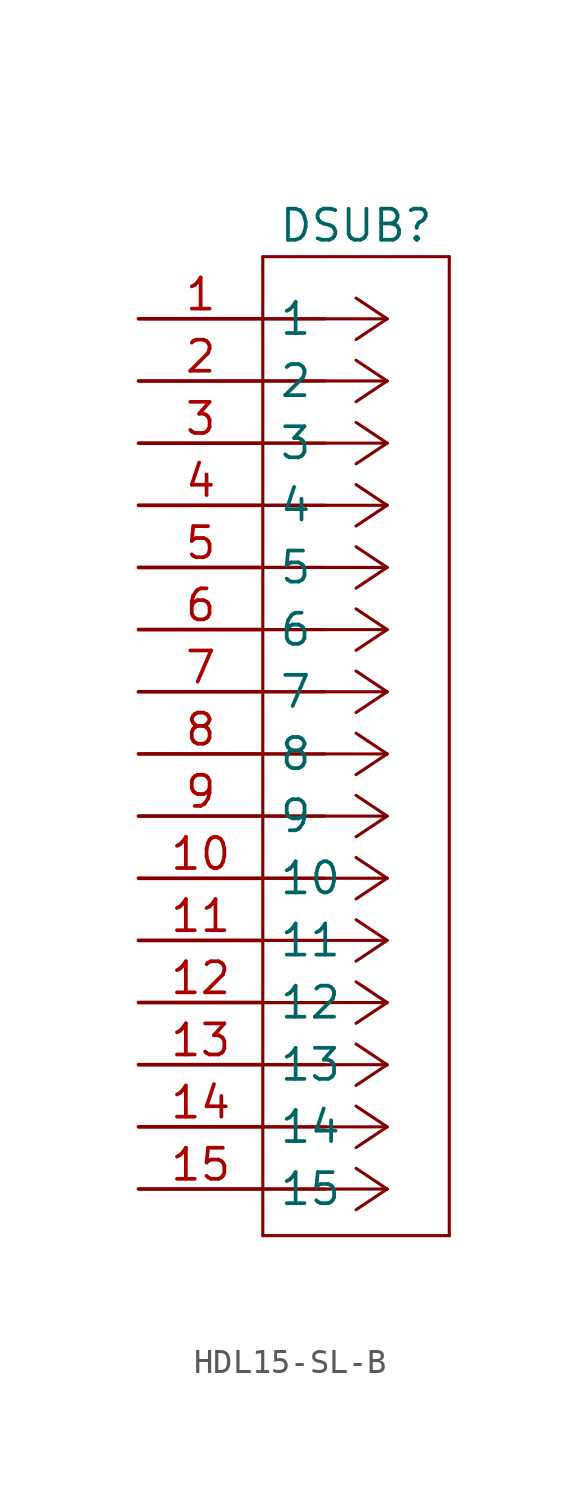
<source format=kicad_sym>
(kicad_symbol_lib
  (version 20241209)
  (generator "kicad_symbol_editor")
  (generator_version "9.0")
  (symbol "HDL15-SL-B"
    (pin_names
      (offset 0.635))
    (property "Reference" "DSUB"
      (at -1.27 7.62 0)
      (effects (font (size 1.27 1.27))))
    (property "Value" ""
      (at 0 0 0)
      (effects (font (size 1.27 1.27))))
    (symbol "HDL15-SL-B_1_1"
      (polyline (pts (xy -5.08 6.35) (xy -5.08 -33.655)) (stroke (width 0.127) (type default)) (fill (type none)))
      (polyline (pts (xy -5.08 -33.655) (xy 2.54 -33.655)) (stroke (width 0.127) (type default)) (fill (type none)))
      (polyline (pts (xy -2.54 3.81) (xy -5.08 3.81)) (stroke (width 0.127) (type default)) (fill (type none)))
      (polyline (pts (xy -2.54 1.27) (xy -5.08 1.27)) (stroke (width 0.127) (type default)) (fill (type none)))
      (polyline (pts (xy -2.54 -1.27) (xy -5.08 -1.27)) (stroke (width 0.127) (type default)) (fill (type none)))
      (polyline (pts (xy -2.54 -3.81) (xy -5.08 -3.81)) (stroke (width 0.127) (type default)) (fill (type none)))
      (polyline (pts (xy -2.54 -6.35) (xy -5.08 -6.35)) (stroke (width 0.127) (type default)) (fill (type none)))
      (polyline (pts (xy -2.54 -8.89) (xy -5.08 -8.89)) (stroke (width 0.127) (type default)) (fill (type none)))
      (polyline (pts (xy -2.54 -11.43) (xy -5.08 -11.43)) (stroke (width 0.127) (type default)) (fill (type none)))
      (polyline (pts (xy -2.54 -13.97) (xy -5.08 -13.97)) (stroke (width 0.127) (type default)) (fill (type none)))
      (polyline (pts (xy -2.54 -16.51) (xy -5.08 -16.51)) (stroke (width 0.127) (type default)) (fill (type none)))
      (polyline (pts (xy -2.54 -19.05) (xy -5.08 -19.05)) (stroke (width 0.127) (type default)) (fill (type none)))
      (polyline (pts (xy -2.54 -21.59) (xy -5.08 -21.59)) (stroke (width 0.127) (type default)) (fill (type none)))
      (polyline (pts (xy -2.54 -24.13) (xy -5.08 -24.13)) (stroke (width 0.127) (type default)) (fill (type none)))
      (polyline (pts (xy -2.54 -26.67) (xy -5.08 -26.67)) (stroke (width 0.127) (type default)) (fill (type none)))
      (polyline (pts (xy -2.54 -29.21) (xy -5.08 -29.21)) (stroke (width 0.127) (type default)) (fill (type none)))
      (polyline (pts (xy -2.54 -31.75) (xy -5.08 -31.75)) (stroke (width 0.127) (type default)) (fill (type none)))
      (polyline (pts (xy 0 3.81) (xy -5.08 3.81)) (stroke (width 0.127) (type default)) (fill (type none)))
      (polyline (pts (xy 0 3.81) (xy -1.27 4.657)) (stroke (width 0.127) (type default)) (fill (type none)))
      (polyline (pts (xy 0 3.81) (xy -1.27 2.963)) (stroke (width 0.127) (type default)) (fill (type none)))
      (polyline (pts (xy 0 1.27) (xy -5.08 1.27)) (stroke (width 0.127) (type default)) (fill (type none)))
      (polyline (pts (xy 0 1.27) (xy -1.27 2.117)) (stroke (width 0.127) (type default)) (fill (type none)))
      (polyline (pts (xy 0 1.27) (xy -1.27 0.423)) (stroke (width 0.127) (type default)) (fill (type none)))
      (polyline (pts (xy 0 -1.27) (xy -5.08 -1.27)) (stroke (width 0.127) (type default)) (fill (type none)))
      (polyline (pts (xy 0 -1.27) (xy -1.27 -0.423)) (stroke (width 0.127) (type default)) (fill (type none)))
      (polyline (pts (xy 0 -1.27) (xy -1.27 -2.117)) (stroke (width 0.127) (type default)) (fill (type none)))
      (polyline (pts (xy 0 -3.81) (xy -5.08 -3.81)) (stroke (width 0.127) (type default)) (fill (type none)))
      (polyline (pts (xy 0 -3.81) (xy -1.27 -2.963)) (stroke (width 0.127) (type default)) (fill (type none)))
      (polyline (pts (xy 0 -3.81) (xy -1.27 -4.657)) (stroke (width 0.127) (type default)) (fill (type none)))
      (polyline (pts (xy 0 -6.35) (xy -5.08 -6.35)) (stroke (width 0.127) (type default)) (fill (type none)))
      (polyline (pts (xy 0 -6.35) (xy -1.27 -5.503)) (stroke (width 0.127) (type default)) (fill (type none)))
      (polyline (pts (xy 0 -6.35) (xy -1.27 -7.197)) (stroke (width 0.127) (type default)) (fill (type none)))
      (polyline (pts (xy 0 -8.89) (xy -5.08 -8.89)) (stroke (width 0.127) (type default)) (fill (type none)))
      (polyline (pts (xy 0 -8.89) (xy -1.27 -8.043)) (stroke (width 0.127) (type default)) (fill (type none)))
      (polyline (pts (xy 0 -8.89) (xy -1.27 -9.737)) (stroke (width 0.127) (type default)) (fill (type none)))
      (polyline (pts (xy 0 -11.43) (xy -5.08 -11.43)) (stroke (width 0.127) (type default)) (fill (type none)))
      (polyline (pts (xy 0 -11.43) (xy -1.27 -10.583)) (stroke (width 0.127) (type default)) (fill (type none)))
      (polyline (pts (xy 0 -11.43) (xy -1.27 -12.277)) (stroke (width 0.127) (type default)) (fill (type none)))
      (polyline (pts (xy 0 -13.97) (xy -5.08 -13.97)) (stroke (width 0.127) (type default)) (fill (type none)))
      (polyline (pts (xy 0 -13.97) (xy -1.27 -13.123)) (stroke (width 0.127) (type default)) (fill (type none)))
      (polyline (pts (xy 0 -13.97) (xy -1.27 -14.817)) (stroke (width 0.127) (type default)) (fill (type none)))
      (polyline (pts (xy 0 -16.51) (xy -5.08 -16.51)) (stroke (width 0.127) (type default)) (fill (type none)))
      (polyline (pts (xy 0 -16.51) (xy -1.27 -15.663)) (stroke (width 0.127) (type default)) (fill (type none)))
      (polyline (pts (xy 0 -16.51) (xy -1.27 -17.357)) (stroke (width 0.127) (type default)) (fill (type none)))
      (polyline (pts (xy 0 -19.05) (xy -5.08 -19.05)) (stroke (width 0.127) (type default)) (fill (type none)))
      (polyline (pts (xy 0 -19.05) (xy -1.27 -18.203)) (stroke (width 0.127) (type default)) (fill (type none)))
      (polyline (pts (xy 0 -19.05) (xy -1.27 -19.897)) (stroke (width 0.127) (type default)) (fill (type none)))
      (polyline (pts (xy 0 -21.59) (xy -5.08 -21.59)) (stroke (width 0.127) (type default)) (fill (type none)))
      (polyline (pts (xy 0 -21.59) (xy -1.27 -20.743)) (stroke (width 0.127) (type default)) (fill (type none)))
      (polyline (pts (xy 0 -21.59) (xy -1.27 -22.437)) (stroke (width 0.127) (type default)) (fill (type none)))
      (polyline (pts (xy 0 -24.13) (xy -5.08 -24.13)) (stroke (width 0.127) (type default)) (fill (type none)))
      (polyline (pts (xy 0 -24.13) (xy -1.27 -23.283)) (stroke (width 0.127) (type default)) (fill (type none)))
      (polyline (pts (xy 0 -24.13) (xy -1.27 -24.977)) (stroke (width 0.127) (type default)) (fill (type none)))
      (polyline (pts (xy 0 -26.67) (xy -5.08 -26.67)) (stroke (width 0.127) (type default)) (fill (type none)))
      (polyline (pts (xy 0 -26.67) (xy -1.27 -25.823)) (stroke (width 0.127) (type default)) (fill (type none)))
      (polyline (pts (xy 0 -26.67) (xy -1.27 -27.517)) (stroke (width 0.127) (type default)) (fill (type none)))
      (polyline (pts (xy 0 -29.21) (xy -5.08 -29.21)) (stroke (width 0.127) (type default)) (fill (type none)))
      (polyline (pts (xy 0 -29.21) (xy -1.27 -28.363)) (stroke (width 0.127) (type default)) (fill (type none)))
      (polyline (pts (xy 0 -29.21) (xy -1.27 -30.057)) (stroke (width 0.127) (type default)) (fill (type none)))
      (polyline (pts (xy 0 -31.75) (xy -5.08 -31.75)) (stroke (width 0.127) (type default)) (fill (type none)))
      (polyline (pts (xy 0 -31.75) (xy -1.27 -30.903)) (stroke (width 0.127) (type default)) (fill (type none)))
      (polyline (pts (xy 0 -31.75) (xy -1.27 -32.597)) (stroke (width 0.127) (type default)) (fill (type none)))
      (polyline (pts (xy 2.54 6.35) (xy -5.08 6.35)) (stroke (width 0.127) (type default)) (fill (type none)))
      (polyline (pts (xy 2.54 -33.655) (xy 2.54 6.35)) (stroke (width 0.127) (type default)) (fill (type none)))
      (pin passive line (at -10.16 3.81 0) (length 5.08) (name "1" (effects (font (size 1.27 1.27)))) (number "1" (effects (font (size 1.27 1.27)))))
      (pin passive line (at -10.16 1.27 0) (length 5.08) (name "2" (effects (font (size 1.27 1.27)))) (number "2" (effects (font (size 1.27 1.27)))))
      (pin passive line (at -10.16 -1.27 0) (length 5.08) (name "3" (effects (font (size 1.27 1.27)))) (number "3" (effects (font (size 1.27 1.27)))))
      (pin passive line (at -10.16 -3.81 0) (length 5.08) (name "4" (effects (font (size 1.27 1.27)))) (number "4" (effects (font (size 1.27 1.27)))))
      (pin passive line (at -10.16 -6.35 0) (length 5.08) (name "5" (effects (font (size 1.27 1.27)))) (number "5" (effects (font (size 1.27 1.27)))))
      (pin passive line (at -10.16 -8.89 0) (length 5.08) (name "6" (effects (font (size 1.27 1.27)))) (number "6" (effects (font (size 1.27 1.27)))))
      (pin passive line (at -10.16 -11.43 0) (length 5.08) (name "7" (effects (font (size 1.27 1.27)))) (number "7" (effects (font (size 1.27 1.27)))))
      (pin passive line (at -10.16 -13.97 0) (length 5.08) (name "8" (effects (font (size 1.27 1.27)))) (number "8" (effects (font (size 1.27 1.27)))))
      (pin passive line (at -10.16 -16.51 0) (length 5.08) (name "9" (effects (font (size 1.27 1.27)))) (number "9" (effects (font (size 1.27 1.27)))))
      (pin passive line (at -10.16 -19.05 0) (length 5.08) (name "10" (effects (font (size 1.27 1.27)))) (number "10" (effects (font (size 1.27 1.27)))))
      (pin passive line (at -10.16 -21.59 0) (length 5.08) (name "11" (effects (font (size 1.27 1.27)))) (number "11" (effects (font (size 1.27 1.27)))))
      (pin passive line (at -10.16 -24.13 0) (length 5.08) (name "12" (effects (font (size 1.27 1.27)))) (number "12" (effects (font (size 1.27 1.27)))))
      (pin passive line (at -10.16 -26.67 0) (length 5.08) (name "13" (effects (font (size 1.27 1.27)))) (number "13" (effects (font (size 1.27 1.27)))))
      (pin passive line (at -10.16 -29.21 0) (length 5.08) (name "14" (effects (font (size 1.27 1.27)))) (number "14" (effects (font (size 1.27 1.27)))))
      (pin passive line (at -10.16 -31.75 0) (length 5.08) (name "15" (effects (font (size 1.27 1.27)))) (number "15" (effects (font (size 1.27 1.27))))))))
</source>
